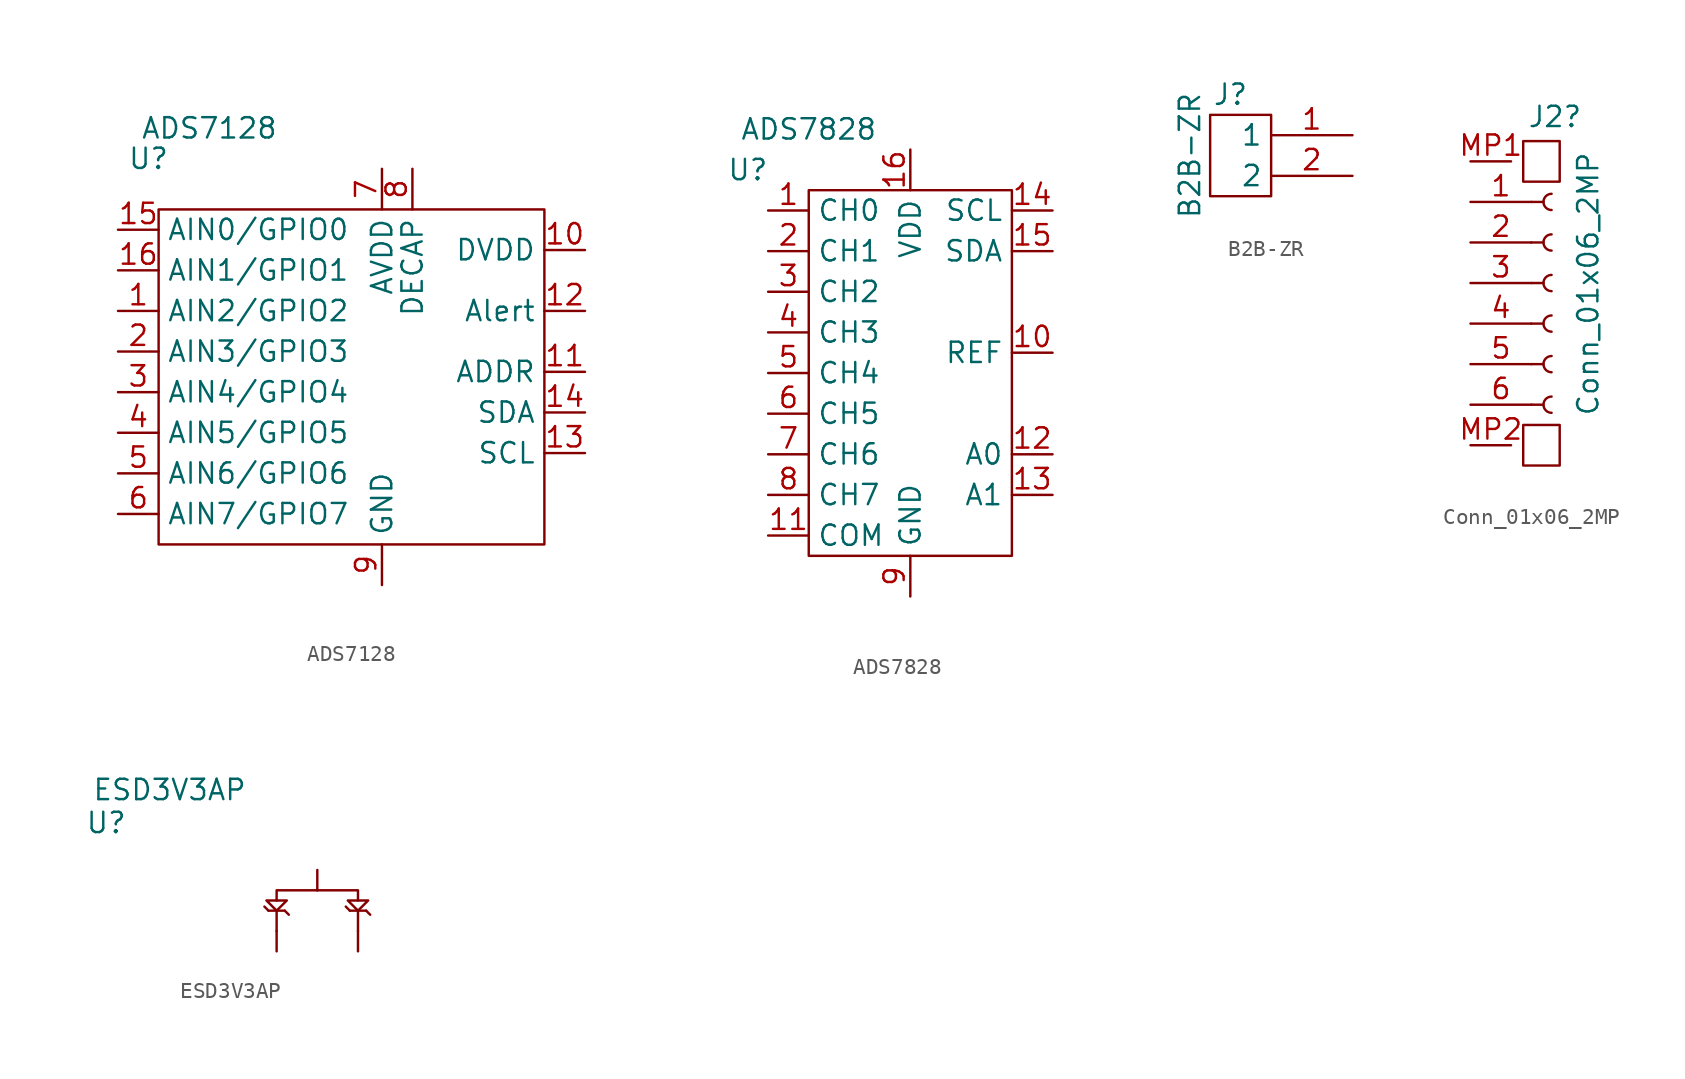
<source format=kicad_sym>
(kicad_symbol_lib
  (version 20220914)
  (generator kicad_symbol_editor)
  (symbol "ADS7128"
    (property "Reference" "U"
      (at -13.335 4.445 0)
      (effects (font (size 1.27 1.27))))
    (property "Value" "ADS7128"
      (at -9.525 6.35 0)
      (effects (font (size 1.27 1.27))))
    (symbol "ADS7128_0_1"
      (rectangle (start -12.7 1.27) (end 11.43 -19.685) (stroke (width 0) (type default)) (fill (type none))))
    (symbol "ADS7128_1_1"
      (pin input line (at -15.24 -5.08 0) (length 2.54) (name "AIN2/GPIO2" (effects (font (size 1.27 1.27)))) (number "1" (effects (font (size 1.27 1.27)))))
      (pin power_in line (at 13.97 -1.27 180) (length 2.54) (name "DVDD" (effects (font (size 1.27 1.27)))) (number "10" (effects (font (size 1.27 1.27)))))
      (pin power_in line (at 13.97 -8.89 180) (length 2.54) (name "ADDR" (effects (font (size 1.27 1.27)))) (number "11" (effects (font (size 1.27 1.27)))))
      (pin output line (at 13.97 -5.08 180) (length 2.54) (name "Alert" (effects (font (size 1.27 1.27)))) (number "12" (effects (font (size 1.27 1.27)))))
      (pin bidirectional line (at 13.97 -13.97 180) (length 2.54) (name "SCL" (effects (font (size 1.27 1.27)))) (number "13" (effects (font (size 1.27 1.27)))))
      (pin bidirectional line (at 13.97 -11.43 180) (length 2.54) (name "SDA" (effects (font (size 1.27 1.27)))) (number "14" (effects (font (size 1.27 1.27)))))
      (pin input line (at -15.24 0 0) (length 2.54) (name "AIN0/GPIO0" (effects (font (size 1.27 1.27)))) (number "15" (effects (font (size 1.27 1.27)))))
      (pin input line (at -15.24 -2.54 0) (length 2.54) (name "AIN1/GPIO1" (effects (font (size 1.27 1.27)))) (number "16" (effects (font (size 1.27 1.27)))))
      (pin input line (at -15.24 -7.62 0) (length 2.54) (name "AIN3/GPIO3" (effects (font (size 1.27 1.27)))) (number "2" (effects (font (size 1.27 1.27)))))
      (pin input line (at -15.24 -10.16 0) (length 2.54) (name "AIN4/GPIO4" (effects (font (size 1.27 1.27)))) (number "3" (effects (font (size 1.27 1.27)))))
      (pin input line (at -15.24 -12.7 0) (length 2.54) (name "AIN5/GPIO5" (effects (font (size 1.27 1.27)))) (number "4" (effects (font (size 1.27 1.27)))))
      (pin input line (at -15.24 -15.24 0) (length 2.54) (name "AIN6/GPIO6" (effects (font (size 1.27 1.27)))) (number "5" (effects (font (size 1.27 1.27)))))
      (pin input line (at -15.24 -17.78 0) (length 2.54) (name "AIN7/GPIO7" (effects (font (size 1.27 1.27)))) (number "6" (effects (font (size 1.27 1.27)))))
      (pin power_in line (at 1.27 3.81 270) (length 2.54) (name "AVDD" (effects (font (size 1.27 1.27)))) (number "7" (effects (font (size 1.27 1.27)))))
      (pin power_in line (at 3.175 3.81 270) (length 2.54) (name "DECAP" (effects (font (size 1.27 1.27)))) (number "8" (effects (font (size 1.27 1.27)))))
      (pin power_in line (at 1.27 -22.225 90) (length 2.54) (name "GND" (effects (font (size 1.27 1.27)))) (number "9" (effects (font (size 1.27 1.27)))))))
  (symbol "ADS7828"
    (property "Reference" "U"
      (at -5.08 2.54 0)
      (effects (font (size 1.27 1.27))))
    (property "Value" "ADS7828"
      (at -1.27 5.08 0)
      (effects (font (size 1.27 1.27))))
    (symbol "ADS7828_0_1"
      (rectangle (start -1.27 1.27) (end 11.43 -21.59) (stroke (width 0) (type default)) (fill (type none))))
    (symbol "ADS7828_1_1"
      (pin input line (at -3.81 0 0) (length 2.54) (name "CH0" (effects (font (size 1.27 1.27)))) (number "1" (effects (font (size 1.27 1.27)))))
      (pin power_in line (at 13.97 -8.89 180) (length 2.54) (name "REF" (effects (font (size 1.27 1.27)))) (number "10" (effects (font (size 1.27 1.27)))))
      (pin power_in line (at -3.81 -20.32 0) (length 2.54) (name "COM" (effects (font (size 1.27 1.27)))) (number "11" (effects (font (size 1.27 1.27)))))
      (pin input line (at 13.97 -15.24 180) (length 2.54) (name "A0" (effects (font (size 1.27 1.27)))) (number "12" (effects (font (size 1.27 1.27)))))
      (pin input line (at 13.97 -17.78 180) (length 2.54) (name "A1" (effects (font (size 1.27 1.27)))) (number "13" (effects (font (size 1.27 1.27)))))
      (pin bidirectional line (at 13.97 0 180) (length 2.54) (name "SCL" (effects (font (size 1.27 1.27)))) (number "14" (effects (font (size 1.27 1.27)))))
      (pin bidirectional line (at 13.97 -2.54 180) (length 2.54) (name "SDA" (effects (font (size 1.27 1.27)))) (number "15" (effects (font (size 1.27 1.27)))))
      (pin power_in line (at 5.08 3.81 270) (length 2.54) (name "VDD" (effects (font (size 1.27 1.27)))) (number "16" (effects (font (size 1.27 1.27)))))
      (pin input line (at -3.81 -2.54 0) (length 2.54) (name "CH1" (effects (font (size 1.27 1.27)))) (number "2" (effects (font (size 1.27 1.27)))))
      (pin input line (at -3.81 -5.08 0) (length 2.54) (name "CH2" (effects (font (size 1.27 1.27)))) (number "3" (effects (font (size 1.27 1.27)))))
      (pin input line (at -3.81 -7.62 0) (length 2.54) (name "CH3" (effects (font (size 1.27 1.27)))) (number "4" (effects (font (size 1.27 1.27)))))
      (pin input line (at -3.81 -10.16 0) (length 2.54) (name "CH4" (effects (font (size 1.27 1.27)))) (number "5" (effects (font (size 1.27 1.27)))))
      (pin input line (at -3.81 -12.7 0) (length 2.54) (name "CH5" (effects (font (size 1.27 1.27)))) (number "6" (effects (font (size 1.27 1.27)))))
      (pin input line (at -3.81 -15.24 0) (length 2.54) (name "CH6" (effects (font (size 1.27 1.27)))) (number "7" (effects (font (size 1.27 1.27)))))
      (pin input line (at -3.81 -17.78 0) (length 2.54) (name "CH7" (effects (font (size 1.27 1.27)))) (number "8" (effects (font (size 1.27 1.27)))))
      (pin power_in line (at 5.08 -24.13 90) (length 2.54) (name "GND" (effects (font (size 1.27 1.27)))) (number "9" (effects (font (size 1.27 1.27)))))))
  (symbol "B2B-ZR"
    (property "Reference" "J"
      (at -2.54 2.54 0)
      (effects (font (size 1.27 1.27))))
    (property "Value" "B2B-ZR"
      (at -5.08 -1.27 90)
      (effects (font (size 1.27 1.27))))
    (symbol "B2B-ZR_0_1"
      (rectangle (start -3.81 1.27) (end 0 -3.81) (stroke (width 0) (type default)) (fill (type none))))
    (symbol "B2B-ZR_1_1"
      (pin input line (at 5.08 0 180) (length 5.08) (name "1" (effects (font (size 1.27 1.27)))) (number "1" (effects (font (size 1.27 1.27)))))
      (pin input line (at 5.08 -2.54 180) (length 5.08) (name "2" (effects (font (size 1.27 1.27)))) (number "2" (effects (font (size 1.27 1.27)))))))
  (symbol "Conn_01x06_2MP"
    (pin_names
      (offset 1.016) hide)
    (property "Reference" "J2"
      (at -1.524 10.414 0)
      (effects (font (size 1.27 1.27)) (justify left)))
    (property "Value" "Conn_01x06_2MP"
      (at 2.286 -8.382 90)
      (effects (font (size 1.27 1.27)) (justify left)))
    (symbol "Conn_01x06_2MP_0_1"
      (rectangle (start -1.778 -8.89) (end 0.508 -11.43) (stroke (width 0) (type default)) (fill (type none)))
      (rectangle (start -1.778 8.89) (end 0.508 6.35) (stroke (width 0) (type default)) (fill (type none))))
    (symbol "Conn_01x06_2MP_1_1"
      (arc (start 0 -7.112) (mid -0.5058 -7.62) (end 0 -8.128) (stroke (width 0.1524) (type default)) (fill (type none)))
      (arc (start 0 -4.572) (mid -0.5058 -5.08) (end 0 -5.588) (stroke (width 0.1524) (type default)) (fill (type none)))
      (arc (start 0 -2.032) (mid -0.5058 -2.54) (end 0 -3.048) (stroke (width 0.1524) (type default)) (fill (type none)))
      (polyline (pts (xy -1.27 -7.62) (xy -0.508 -7.62)) (stroke (width 0.152) (type default)) (fill (type none)))
      (polyline (pts (xy -1.27 -5.08) (xy -0.508 -5.08)) (stroke (width 0.152) (type default)) (fill (type none)))
      (polyline (pts (xy -1.27 -2.54) (xy -0.508 -2.54)) (stroke (width 0.152) (type default)) (fill (type none)))
      (polyline (pts (xy -1.27 0) (xy -0.508 0)) (stroke (width 0.152) (type default)) (fill (type none)))
      (polyline (pts (xy -1.27 2.54) (xy -0.508 2.54)) (stroke (width 0.152) (type default)) (fill (type none)))
      (polyline (pts (xy -1.27 5.08) (xy -0.508 5.08)) (stroke (width 0.152) (type default)) (fill (type none)))
      (arc (start 0 0.508) (mid -0.5058 0) (end 0 -0.508) (stroke (width 0.1524) (type default)) (fill (type none)))
      (arc (start 0 3.048) (mid -0.5058 2.54) (end 0 2.032) (stroke (width 0.1524) (type default)) (fill (type none)))
      (arc (start 0 5.588) (mid -0.5058 5.08) (end 0 4.572) (stroke (width 0.1524) (type default)) (fill (type none)))
      (pin passive line (at -5.08 5.08 0) (length 3.81) (name "Pin_1" (effects (font (size 1.27 1.27)))) (number "1" (effects (font (size 1.27 1.27)))))
      (pin passive line (at -5.08 2.54 0) (length 3.81) (name "Pin_2" (effects (font (size 1.27 1.27)))) (number "2" (effects (font (size 1.27 1.27)))))
      (pin passive line (at -5.08 0 0) (length 3.81) (name "Pin_3" (effects (font (size 1.27 1.27)))) (number "3" (effects (font (size 1.27 1.27)))))
      (pin passive line (at -5.08 -2.54 0) (length 3.81) (name "Pin_4" (effects (font (size 1.27 1.27)))) (number "4" (effects (font (size 1.27 1.27)))))
      (pin passive line (at -5.08 -5.08 0) (length 3.81) (name "Pin_5" (effects (font (size 1.27 1.27)))) (number "5" (effects (font (size 1.27 1.27)))))
      (pin passive line (at -5.08 -7.62 0) (length 3.81) (name "Pin_6" (effects (font (size 1.27 1.27)))) (number "6" (effects (font (size 1.27 1.27)))))
      (pin free line (at -5.08 7.62 0) (length 2.54) (name "MP1" (effects (font (size 1.27 1.27)))) (number "MP1" (effects (font (size 1.27 1.27)))))
      (pin free line (at -5.08 -10.16 0) (length 2.54) (name "MP2" (effects (font (size 1.27 1.27)))) (number "MP2" (effects (font (size 1.27 1.27)))))))
  (symbol "ESD3V3AP"
    (property "Reference" "U"
      (at -13.183 5.486 0)
      (effects (font (size 1.27 1.27))))
    (property "Value" "ESD3V3AP"
      (at -9.22 7.544 0)
      (effects (font (size 1.27 1.27))))
    (symbol "ESD3V3AP_0_1"
      (polyline (pts (xy -3.048 0) (xy -3.302 0.254)) (stroke (width 0) (type default)) (fill (type none)))
      (polyline (pts (xy -3.048 0) (xy -2.032 0)) (stroke (width 0) (type default)) (fill (type none)))
      (polyline (pts (xy -2.54 -1.27) (xy -2.54 0)) (stroke (width 0) (type default)) (fill (type none)))
      (polyline (pts (xy -2.032 0) (xy -1.778 -0.254)) (stroke (width 0) (type default)) (fill (type none)))
      (polyline (pts (xy 2.032 0) (xy 1.778 0.254)) (stroke (width 0) (type default)) (fill (type none)))
      (polyline (pts (xy 2.032 0) (xy 3.048 0)) (stroke (width 0) (type default)) (fill (type none)))
      (polyline (pts (xy 2.54 -1.27) (xy 2.54 0)) (stroke (width 0) (type default)) (fill (type none)))
      (polyline (pts (xy 3.048 0) (xy 3.302 -0.254)) (stroke (width 0) (type default)) (fill (type none)))
      (polyline (pts (xy -2.54 0.635) (xy -2.54 1.27) (xy 0 1.27)) (stroke (width 0) (type default)) (fill (type none)))
      (polyline (pts (xy 2.54 0.635) (xy 2.54 1.27) (xy 0 1.27)) (stroke (width 0) (type default)) (fill (type none)))
      (polyline (pts (xy -2.54 0) (xy -3.175 0.635) (xy -1.905 0.635) (xy -2.54 0)) (stroke (width 0) (type default)) (fill (type none)))
      (polyline (pts (xy 1.905 0.635) (xy 3.175 0.635) (xy 2.54 0) (xy 1.905 0.635)) (stroke (width 0) (type default)) (fill (type none))))
    (symbol "ESD3V3AP_1_1"
      (pin power_in line (at -2.54 -2.54 90) (length 1.27) (name "" (effects (font (size 1.27 1.27)))) (number "" (effects (font (size 1.27 1.27)))))
      (pin power_in line (at 0 2.54 270) (length 1.27) (name "" (effects (font (size 1.27 1.27)))) (number "" (effects (font (size 1.27 1.27)))))
      (pin power_in line (at 2.54 -2.54 90) (length 1.27) (name "" (effects (font (size 1.27 1.27)))) (number "" (effects (font (size 1.27 1.27))))))))
</source>
